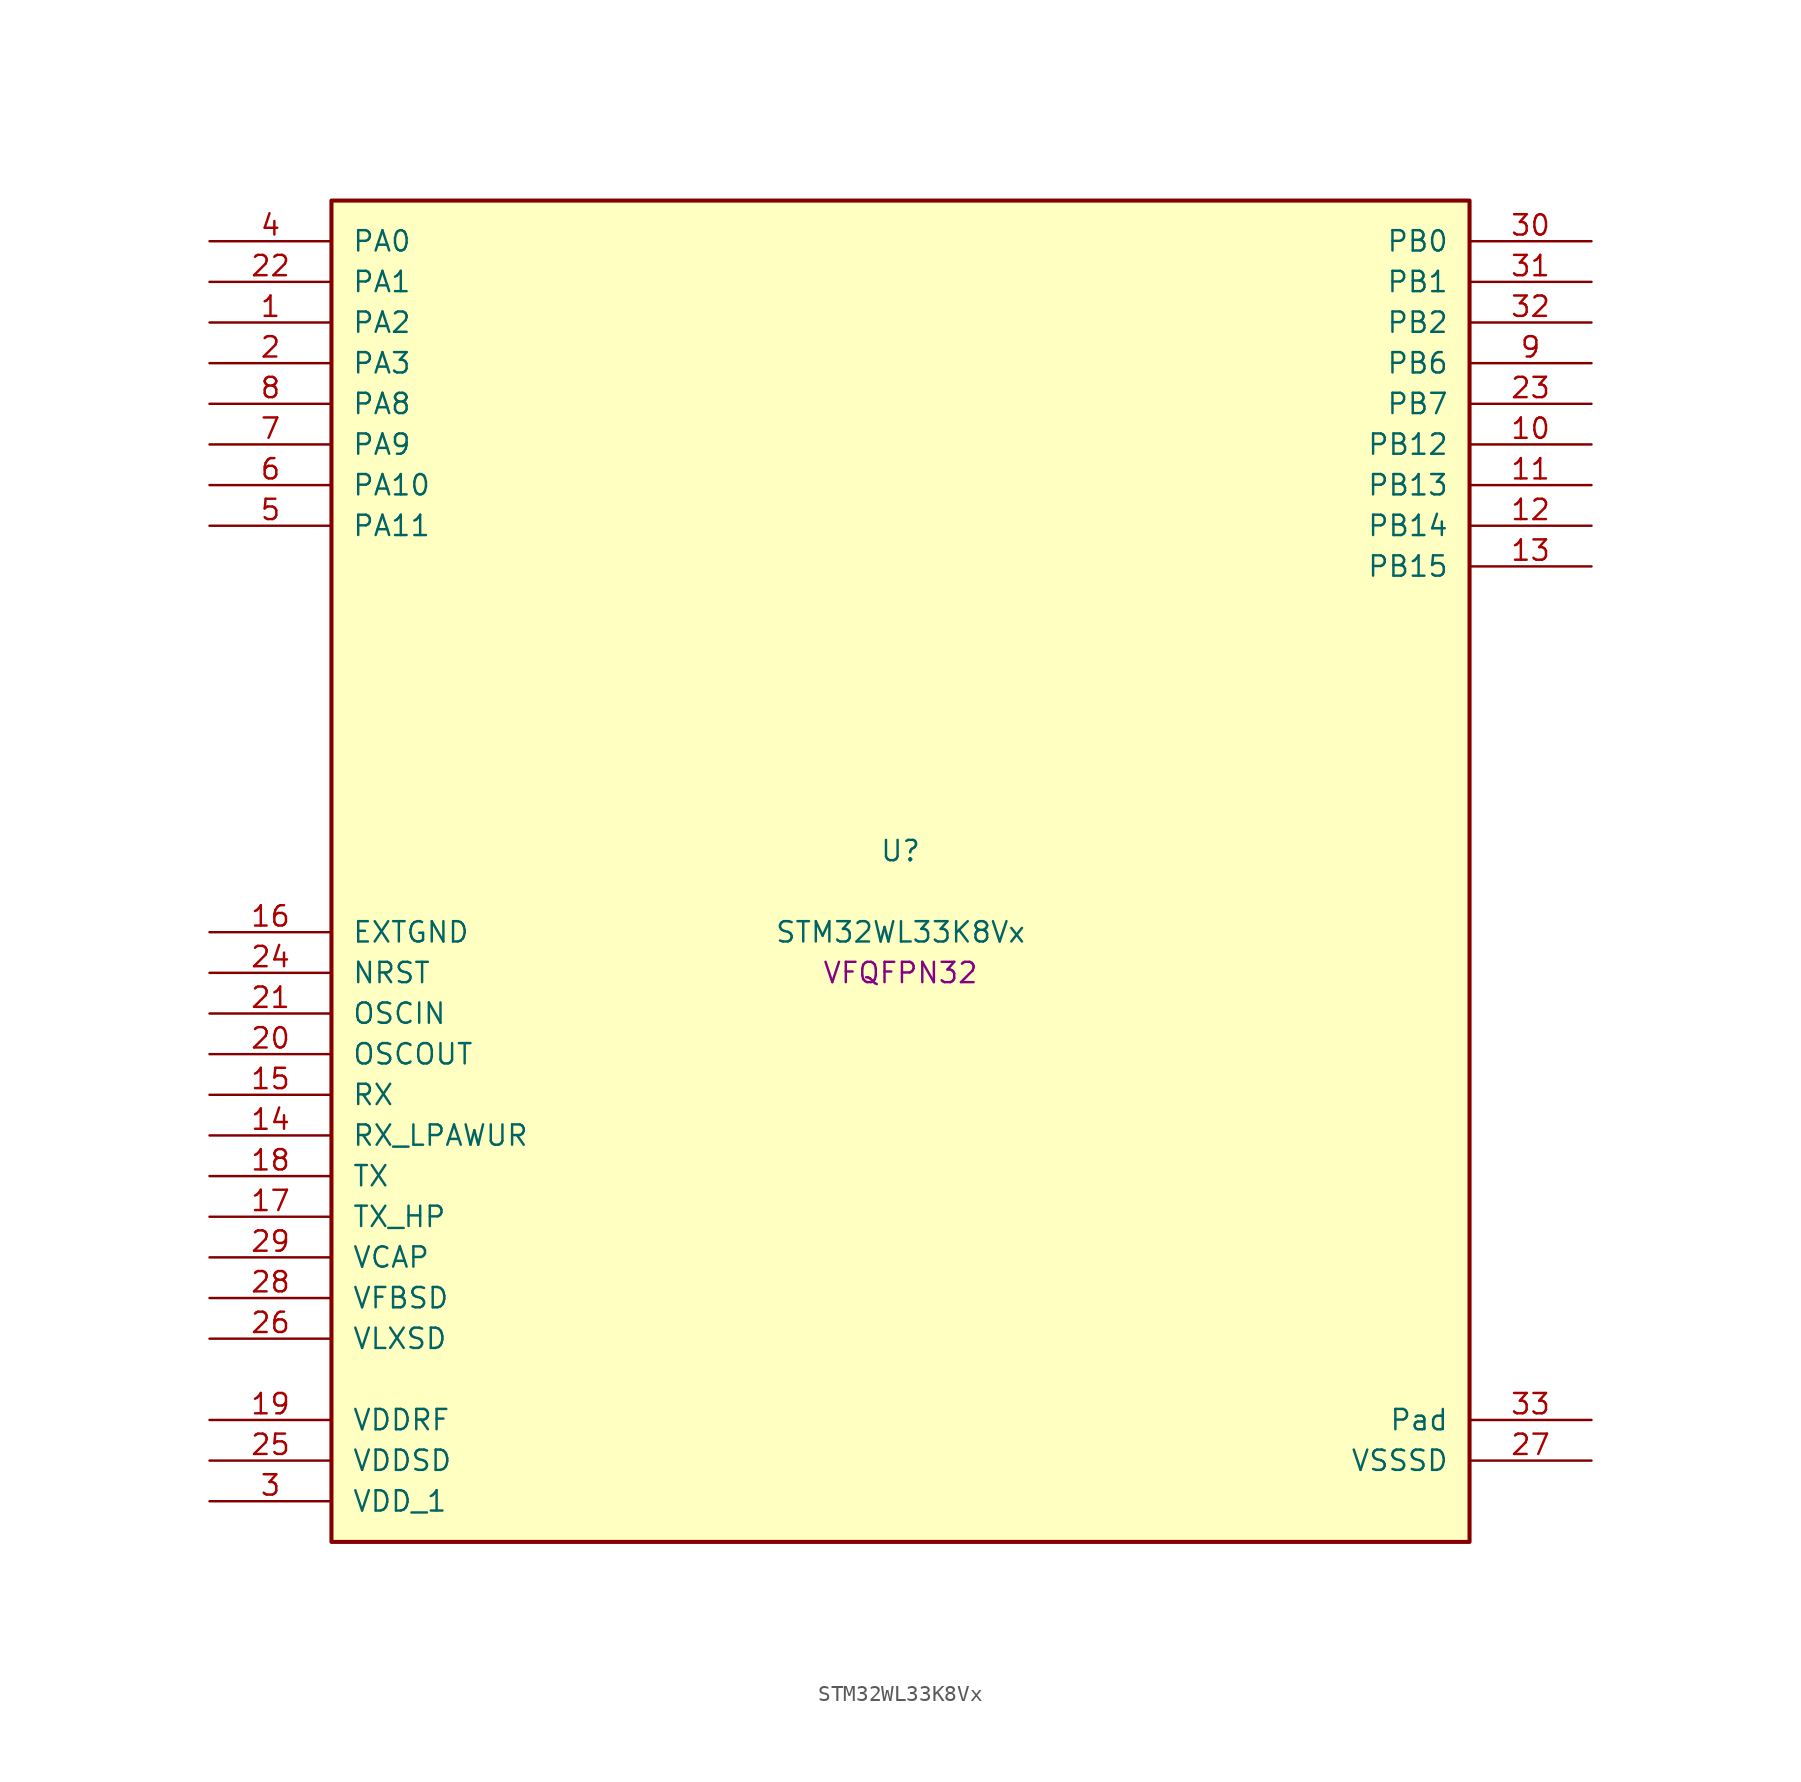
<source format=kicad_sym>
(kicad_symbol_lib
  (version 20241209)
  (generator "stm32_pkl_generator")
  (generator_version "1.0")
  (symbol "STM32WL33K8Vx"
    (pin_names
      (offset 1.27))
    (property "Reference" "U"
      (at 0 2.54 0))
    (property "Value" "STM32WL33K8Vx"
      (at 0 -2.54 0))
    (property "Footprint" "VFQFPN32"
      (at 0 -5.08 0))
    (symbol "STM32WL33K8Vx_1_1"
      (rectangle (start -35.56 43.18) (end 35.56 -40.64) (stroke (width 0.254) (type solid)) (fill (type background)))
      (pin bidirectional line (at -43.18 40.64 0) (length 7.62) (name "PA0") (number "4") (alternate "PA0/I2C1_SCL" bidirectional line) (alternate "PA0/LCD_COM4" bidirectional line) (alternate "PA0/LCD_SEG12" bidirectional line) (alternate "PA0/PWR_WKUP12" bidirectional line) (alternate "PA0/TIM2_CH3" bidirectional line) (alternate "PA0/USART1_CTS" bidirectional line))
      (pin bidirectional line (at -43.18 38.1 0) (length 7.62) (name "PA1") (number "22") (alternate "PA1/I2C1_SDA" bidirectional line) (alternate "PA1/LCD_SEG0" bidirectional line) (alternate "PA1/PWR_WKUP13" bidirectional line) (alternate "PA1/TIM16_BRK" bidirectional line) (alternate "PA1/TIM2_CH4" bidirectional line) (alternate "PA1/USART1_TX" bidirectional line))
      (pin bidirectional line (at -43.18 35.56 0) (length 7.62) (name "PA2") (number "1") (alternate "PA2/ADC1_VINM2" bidirectional line) (alternate "PA2/DEBUG_SWDIO" bidirectional line) (alternate "PA2/I2S3_MCK" bidirectional line) (alternate "PA2/LCD_SEG1" bidirectional line) (alternate "PA2/PWR_WKUP14" bidirectional line) (alternate "PA2/TIM16_CH1" bidirectional line) (alternate "PA2/TIM2_CH1" bidirectional line) (alternate "PA2/USART1_CK" bidirectional line))
      (pin bidirectional line (at -43.18 33.02 0) (length 7.62) (name "PA3") (number "2") (alternate "PA3/ADC1_VINP2" bidirectional line) (alternate "PA3/DEBUG_SWCLK" bidirectional line) (alternate "PA3/I2S3_CK" bidirectional line) (alternate "PA3/LCD_SEG2" bidirectional line) (alternate "PA3/PWR_WKUP15" bidirectional line) (alternate "PA3/SPI3_SCK" bidirectional line) (alternate "PA3/TIM16_CH1N" bidirectional line) (alternate "PA3/TIM2_CH2" bidirectional line) (alternate "PA3/USART1_DE" bidirectional line) (alternate "PA3/USART1_RTS" bidirectional line))
      (pin bidirectional line (at -43.18 30.48 0) (length 7.62) (name "PA8") (number "8") (alternate "PA8/LCD_COM0" bidirectional line) (alternate "PA8/MRSUBG_RX_SEQUENCE" bidirectional line) (alternate "PA8/PWR_WKUP8" bidirectional line) (alternate "PA8/RTC_OUT" bidirectional line) (alternate "PA8/RTC_TAMP1" bidirectional line) (alternate "PA8/RTC_TS" bidirectional line) (alternate "PA8/SPI3_MISO" bidirectional line) (alternate "PA8/TIM2_CH3" bidirectional line) (alternate "PA8/USART1_RX" bidirectional line))
      (pin bidirectional line (at -43.18 27.94 0) (length 7.62) (name "PA9") (number "7") (alternate "PA9/I2S3_WS" bidirectional line) (alternate "PA9/LCD_SEG3" bidirectional line) (alternate "PA9/PWR_WKUP9" bidirectional line) (alternate "PA9/RTC_OUT" bidirectional line) (alternate "PA9/SPI3_NSS" bidirectional line) (alternate "PA9/TIM2_CH4" bidirectional line) (alternate "PA9/USART1_TX" bidirectional line))
      (pin bidirectional line (at -43.18 25.4 0) (length 7.62) (name "PA10") (number "6") (alternate "PA10/I2S3_MCK" bidirectional line) (alternate "PA10/LCD_SEG4" bidirectional line) (alternate "PA10/LPUART1_CTS" bidirectional line) (alternate "PA10/MRSUBG_TX_DATA" bidirectional line) (alternate "PA10/MRSUBG_TX_SEQUENCE" bidirectional line) (alternate "PA10/PWR_WKUP10" bidirectional line))
      (pin bidirectional line (at -43.18 22.86 0) (length 7.62) (name "PA11") (number "5") (alternate "PA11/I2S3_SD" bidirectional line) (alternate "PA11/LCD_SEG5" bidirectional line) (alternate "PA11/MRSUBG_RX_SEQUENCE" bidirectional line) (alternate "PA11/MRSUBG_TX_CLOCK" bidirectional line) (alternate "PA11/PWR_WKUP11" bidirectional line) (alternate "PA11/RCC_MCO" bidirectional line) (alternate "PA11/SPI3_MOSI" bidirectional line))
      (pin bidirectional line (at 43.18 40.64 180) (length 7.62) (name "PB0") (number "30") (alternate "PB0/ADC1_VINM1" bidirectional line) (alternate "PB0/COMP1_INM" bidirectional line) (alternate "PB0/LCD_COM1" bidirectional line) (alternate "PB0/LPUART1_DE" bidirectional line) (alternate "PB0/LPUART1_RTS" bidirectional line) (alternate "PB0/MRSUBG_ANTENNA_SWITCH" bidirectional line) (alternate "PB0/PWR_WKUP0" bidirectional line) (alternate "PB0/TIM16_CH1" bidirectional line) (alternate "PB0/USART1_RX" bidirectional line))
      (pin bidirectional line (at 43.18 38.1 180) (length 7.62) (name "PB1") (number "31") (alternate "PB1/ADC1_VINP1" bidirectional line) (alternate "PB1/COMP1_INP" bidirectional line) (alternate "PB1/DEBUG_SWDIO" bidirectional line) (alternate "PB1/LCD_SEG6" bidirectional line) (alternate "PB1/LCSC_LCA" bidirectional line) (alternate "PB1/MRSUBG_RX_DATA" bidirectional line) (alternate "PB1/PWR_WKUP1" bidirectional line) (alternate "PB1/TIM16_CH1N" bidirectional line) (alternate "PB1/USART1_CK" bidirectional line))
      (pin bidirectional line (at 43.18 35.56 180) (length 7.62) (name "PB2") (number "32") (alternate "PB2/ADC1_VINM0" bidirectional line) (alternate "PB2/COMP1_INP" bidirectional line) (alternate "PB2/DEBUG_SWCLK" bidirectional line) (alternate "PB2/LCD_SEG7" bidirectional line) (alternate "PB2/LCSC_LCT" bidirectional line) (alternate "PB2/MRSUBG_RX_CLOCK" bidirectional line) (alternate "PB2/PWR_WKUP2" bidirectional line) (alternate "PB2/TIM16_BRK" bidirectional line) (alternate "PB2/USART1_DE" bidirectional line) (alternate "PB2/USART1_RTS" bidirectional line))
      (pin bidirectional line (at 43.18 33.02 180) (length 7.62) (name "PB6") (number "9") (alternate "PB6/COMP1_OUT" bidirectional line) (alternate "PB6/I2C1_SCL" bidirectional line) (alternate "PB6/I2S3_CK" bidirectional line) (alternate "PB6/LCD_COM7" bidirectional line) (alternate "PB6/LCD_SEG15" bidirectional line) (alternate "PB6/LPUART1_TX" bidirectional line) (alternate "PB6/PWR_WKUP6" bidirectional line) (alternate "PB6/SPI3_SCK" bidirectional line) (alternate "PB6/TIM2_CH3" bidirectional line))
      (pin bidirectional line (at 43.18 30.48 180) (length 7.62) (name "PB7") (number "23") (alternate "PB7/I2C1_SDA" bidirectional line) (alternate "PB7/I2S3_SD" bidirectional line) (alternate "PB7/LCD_COM2" bidirectional line) (alternate "PB7/LPUART1_RX" bidirectional line) (alternate "PB7/PWR_WKUP7" bidirectional line) (alternate "PB7/SPI3_MOSI" bidirectional line) (alternate "PB7/TIM2_ETR" bidirectional line))
      (pin bidirectional line (at 43.18 27.94 180) (length 7.62) (name "PB12") (number "10") (alternate "PB12/LPUART1_CTS" bidirectional line) (alternate "PB12/RCC_LCO" bidirectional line) (alternate "PB12/RCC_OSC32_OUT" bidirectional line) (alternate "PB12/TIM2_CH3" bidirectional line) (alternate "PB12/USART1_DE" bidirectional line) (alternate "PB12/USART1_RTS" bidirectional line))
      (pin bidirectional line (at 43.18 25.4 180) (length 7.62) (name "PB13") (number "11") (alternate "PB13/I2C2_SMBA" bidirectional line) (alternate "PB13/RCC_OSC32_IN" bidirectional line) (alternate "PB13/TIM2_CH4" bidirectional line))
      (pin bidirectional line (at 43.18 22.86 180) (length 7.62) (name "PB14") (number "12") (alternate "PB14/I2C1_SMBA" bidirectional line) (alternate "PB14/LCD_COM3" bidirectional line) (alternate "PB14/MRSUBG_TX_SEQUENCE" bidirectional line) (alternate "PB14/PWR_PVD_IN" bidirectional line) (alternate "PB14/RCC_MCO" bidirectional line) (alternate "PB14/TIM2_ETR" bidirectional line) (alternate "PB14/USART1_RX" bidirectional line))
      (pin bidirectional line (at 43.18 20.32 180) (length 7.62) (name "PB15") (number "13") (alternate "PB15/COMP1_OUT" bidirectional line) (alternate "PB15/LCD_VLCD" bidirectional line) (alternate "PB15/USART1_TX" bidirectional line))
      (pin power_in line (at -43.18 -2.54 0) (length 7.62) (name "EXTGND") (number "16"))
      (pin input line (at -43.18 -5.08 0) (length 7.62) (name "NRST") (number "24"))
      (pin bidirectional line (at -43.18 -7.62 0) (length 7.62) (name "OSCIN") (number "21") (alternate "OSCIN/RCC_OSC_IN" bidirectional line))
      (pin bidirectional line (at -43.18 -10.16 0) (length 7.62) (name "OSCOUT") (number "20") (alternate "OSCOUT/RCC_OSC_OUT" bidirectional line))
      (pin input line (at -43.18 -12.7 0) (length 7.62) (name "RX") (number "15"))
      (pin input line (at -43.18 -15.24 0) (length 7.62) (name "RX_LPAWUR") (number "14"))
      (pin input line (at -43.18 -17.78 0) (length 7.62) (name "TX") (number "18"))
      (pin input line (at -43.18 -20.32 0) (length 7.62) (name "TX_HP") (number "17"))
      (pin power_in line (at -43.18 -22.86 0) (length 7.62) (name "VCAP") (number "29"))
      (pin power_in line (at -43.18 -25.4 0) (length 7.62) (name "VFBSD") (number "28"))
      (pin power_in line (at -43.18 -27.94 0) (length 7.62) (name "VLXSD") (number "26"))
      (pin power_in line (at -43.18 -33.02 0) (length 7.62) (name "VDDRF") (number "19"))
      (pin power_in line (at -43.18 -35.56 0) (length 7.62) (name "VDDSD") (number "25"))
      (pin power_in line (at -43.18 -38.1 0) (length 7.62) (name "VDD_1") (number "3"))
      (pin passive line (at 43.18 -33.02 180) (length 7.62) (name "Pad") (number "33"))
      (pin power_in line (at 43.18 -35.56 180) (length 7.62) (name "VSSSD") (number "27")))))
</source>
